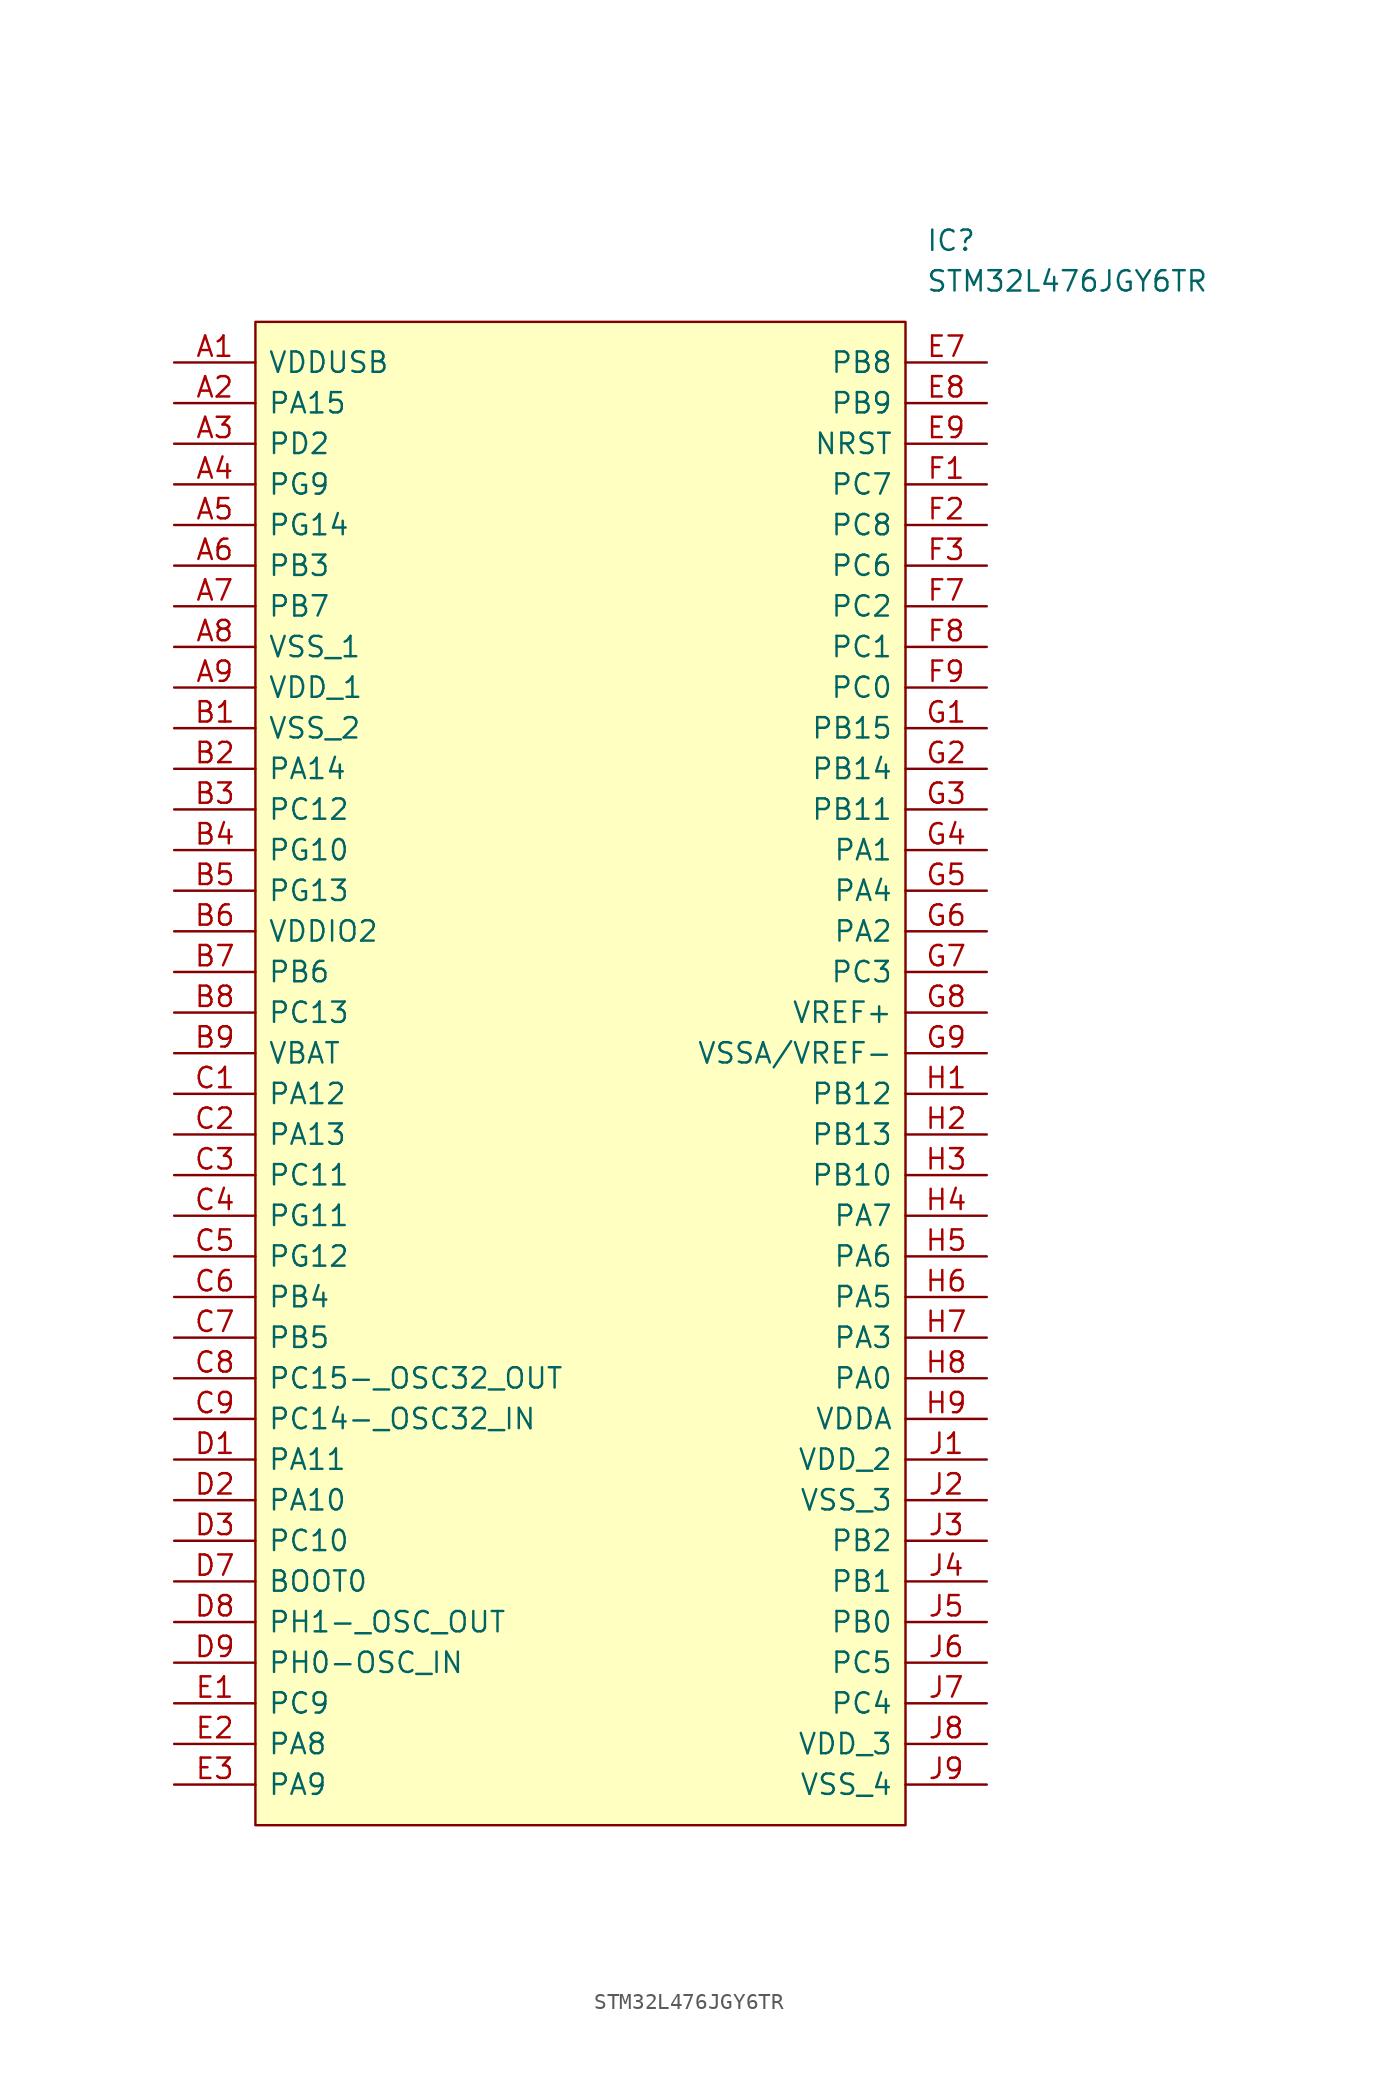
<source format=kicad_sym>
(kicad_symbol_lib
  (version 20220914)
  (generator kicad_symbol_editor)
  (symbol "STM32L476JGY6TR"
    (pin_names
      (offset 0.762))
    (property "Reference" "IC"
      (at 46.99 7.62 0)
      (effects (font (size 1.27 1.27)) (justify left)))
    (property "Value" "STM32L476JGY6TR"
      (at 46.99 5.08 0)
      (effects (font (size 1.27 1.27)) (justify left)))
    (symbol "STM32L476JGY6TR_0_0"
      (pin passive line (at 0 0 0) (length 5.08) (name "VDDUSB" (effects (font (size 1.27 1.27)))) (number "A1" (effects (font (size 1.27 1.27)))))
      (pin passive line (at 0 -2.54 0) (length 5.08) (name "PA15" (effects (font (size 1.27 1.27)))) (number "A2" (effects (font (size 1.27 1.27)))))
      (pin passive line (at 0 -5.08 0) (length 5.08) (name "PD2" (effects (font (size 1.27 1.27)))) (number "A3" (effects (font (size 1.27 1.27)))))
      (pin passive line (at 0 -7.62 0) (length 5.08) (name "PG9" (effects (font (size 1.27 1.27)))) (number "A4" (effects (font (size 1.27 1.27)))))
      (pin passive line (at 0 -10.16 0) (length 5.08) (name "PG14" (effects (font (size 1.27 1.27)))) (number "A5" (effects (font (size 1.27 1.27)))))
      (pin passive line (at 0 -12.7 0) (length 5.08) (name "PB3" (effects (font (size 1.27 1.27)))) (number "A6" (effects (font (size 1.27 1.27)))))
      (pin passive line (at 0 -15.24 0) (length 5.08) (name "PB7" (effects (font (size 1.27 1.27)))) (number "A7" (effects (font (size 1.27 1.27)))))
      (pin passive line (at 0 -17.78 0) (length 5.08) (name "VSS_1" (effects (font (size 1.27 1.27)))) (number "A8" (effects (font (size 1.27 1.27)))))
      (pin passive line (at 0 -20.32 0) (length 5.08) (name "VDD_1" (effects (font (size 1.27 1.27)))) (number "A9" (effects (font (size 1.27 1.27)))))
      (pin passive line (at 0 -22.86 0) (length 5.08) (name "VSS_2" (effects (font (size 1.27 1.27)))) (number "B1" (effects (font (size 1.27 1.27)))))
      (pin passive line (at 0 -25.4 0) (length 5.08) (name "PA14" (effects (font (size 1.27 1.27)))) (number "B2" (effects (font (size 1.27 1.27)))))
      (pin passive line (at 0 -27.94 0) (length 5.08) (name "PC12" (effects (font (size 1.27 1.27)))) (number "B3" (effects (font (size 1.27 1.27)))))
      (pin passive line (at 0 -30.48 0) (length 5.08) (name "PG10" (effects (font (size 1.27 1.27)))) (number "B4" (effects (font (size 1.27 1.27)))))
      (pin passive line (at 0 -33.02 0) (length 5.08) (name "PG13" (effects (font (size 1.27 1.27)))) (number "B5" (effects (font (size 1.27 1.27)))))
      (pin passive line (at 0 -35.56 0) (length 5.08) (name "VDDIO2" (effects (font (size 1.27 1.27)))) (number "B6" (effects (font (size 1.27 1.27)))))
      (pin passive line (at 0 -38.1 0) (length 5.08) (name "PB6" (effects (font (size 1.27 1.27)))) (number "B7" (effects (font (size 1.27 1.27)))))
      (pin passive line (at 0 -40.64 0) (length 5.08) (name "PC13" (effects (font (size 1.27 1.27)))) (number "B8" (effects (font (size 1.27 1.27)))))
      (pin passive line (at 0 -43.18 0) (length 5.08) (name "VBAT" (effects (font (size 1.27 1.27)))) (number "B9" (effects (font (size 1.27 1.27)))))
      (pin passive line (at 0 -45.72 0) (length 5.08) (name "PA12" (effects (font (size 1.27 1.27)))) (number "C1" (effects (font (size 1.27 1.27)))))
      (pin passive line (at 0 -48.26 0) (length 5.08) (name "PA13" (effects (font (size 1.27 1.27)))) (number "C2" (effects (font (size 1.27 1.27)))))
      (pin passive line (at 0 -50.8 0) (length 5.08) (name "PC11" (effects (font (size 1.27 1.27)))) (number "C3" (effects (font (size 1.27 1.27)))))
      (pin passive line (at 0 -53.34 0) (length 5.08) (name "PG11" (effects (font (size 1.27 1.27)))) (number "C4" (effects (font (size 1.27 1.27)))))
      (pin passive line (at 0 -55.88 0) (length 5.08) (name "PG12" (effects (font (size 1.27 1.27)))) (number "C5" (effects (font (size 1.27 1.27)))))
      (pin passive line (at 0 -58.42 0) (length 5.08) (name "PB4" (effects (font (size 1.27 1.27)))) (number "C6" (effects (font (size 1.27 1.27)))))
      (pin passive line (at 0 -60.96 0) (length 5.08) (name "PB5" (effects (font (size 1.27 1.27)))) (number "C7" (effects (font (size 1.27 1.27)))))
      (pin passive line (at 0 -63.5 0) (length 5.08) (name "PC15-_OSC32_OUT" (effects (font (size 1.27 1.27)))) (number "C8" (effects (font (size 1.27 1.27)))))
      (pin passive line (at 0 -66.04 0) (length 5.08) (name "PC14-_OSC32_IN" (effects (font (size 1.27 1.27)))) (number "C9" (effects (font (size 1.27 1.27)))))
      (pin passive line (at 0 -68.58 0) (length 5.08) (name "PA11" (effects (font (size 1.27 1.27)))) (number "D1" (effects (font (size 1.27 1.27)))))
      (pin passive line (at 0 -71.12 0) (length 5.08) (name "PA10" (effects (font (size 1.27 1.27)))) (number "D2" (effects (font (size 1.27 1.27)))))
      (pin passive line (at 0 -73.66 0) (length 5.08) (name "PC10" (effects (font (size 1.27 1.27)))) (number "D3" (effects (font (size 1.27 1.27)))))
      (pin passive line (at 0 -76.2 0) (length 5.08) (name "BOOT0" (effects (font (size 1.27 1.27)))) (number "D7" (effects (font (size 1.27 1.27)))))
      (pin passive line (at 0 -78.74 0) (length 5.08) (name "PH1-_OSC_OUT" (effects (font (size 1.27 1.27)))) (number "D8" (effects (font (size 1.27 1.27)))))
      (pin passive line (at 0 -81.28 0) (length 5.08) (name "PH0-OSC_IN" (effects (font (size 1.27 1.27)))) (number "D9" (effects (font (size 1.27 1.27)))))
      (pin passive line (at 0 -83.82 0) (length 5.08) (name "PC9" (effects (font (size 1.27 1.27)))) (number "E1" (effects (font (size 1.27 1.27)))))
      (pin passive line (at 0 -86.36 0) (length 5.08) (name "PA8" (effects (font (size 1.27 1.27)))) (number "E2" (effects (font (size 1.27 1.27)))))
      (pin passive line (at 0 -88.9 0) (length 5.08) (name "PA9" (effects (font (size 1.27 1.27)))) (number "E3" (effects (font (size 1.27 1.27)))))
      (pin passive line (at 50.8 0 180) (length 5.08) (name "PB8" (effects (font (size 1.27 1.27)))) (number "E7" (effects (font (size 1.27 1.27)))))
      (pin passive line (at 50.8 -2.54 180) (length 5.08) (name "PB9" (effects (font (size 1.27 1.27)))) (number "E8" (effects (font (size 1.27 1.27)))))
      (pin passive line (at 50.8 -5.08 180) (length 5.08) (name "NRST" (effects (font (size 1.27 1.27)))) (number "E9" (effects (font (size 1.27 1.27)))))
      (pin passive line (at 50.8 -7.62 180) (length 5.08) (name "PC7" (effects (font (size 1.27 1.27)))) (number "F1" (effects (font (size 1.27 1.27)))))
      (pin passive line (at 50.8 -10.16 180) (length 5.08) (name "PC8" (effects (font (size 1.27 1.27)))) (number "F2" (effects (font (size 1.27 1.27)))))
      (pin passive line (at 50.8 -12.7 180) (length 5.08) (name "PC6" (effects (font (size 1.27 1.27)))) (number "F3" (effects (font (size 1.27 1.27)))))
      (pin passive line (at 50.8 -15.24 180) (length 5.08) (name "PC2" (effects (font (size 1.27 1.27)))) (number "F7" (effects (font (size 1.27 1.27)))))
      (pin passive line (at 50.8 -17.78 180) (length 5.08) (name "PC1" (effects (font (size 1.27 1.27)))) (number "F8" (effects (font (size 1.27 1.27)))))
      (pin passive line (at 50.8 -20.32 180) (length 5.08) (name "PC0" (effects (font (size 1.27 1.27)))) (number "F9" (effects (font (size 1.27 1.27)))))
      (pin passive line (at 50.8 -22.86 180) (length 5.08) (name "PB15" (effects (font (size 1.27 1.27)))) (number "G1" (effects (font (size 1.27 1.27)))))
      (pin passive line (at 50.8 -25.4 180) (length 5.08) (name "PB14" (effects (font (size 1.27 1.27)))) (number "G2" (effects (font (size 1.27 1.27)))))
      (pin passive line (at 50.8 -27.94 180) (length 5.08) (name "PB11" (effects (font (size 1.27 1.27)))) (number "G3" (effects (font (size 1.27 1.27)))))
      (pin passive line (at 50.8 -30.48 180) (length 5.08) (name "PA1" (effects (font (size 1.27 1.27)))) (number "G4" (effects (font (size 1.27 1.27)))))
      (pin passive line (at 50.8 -33.02 180) (length 5.08) (name "PA4" (effects (font (size 1.27 1.27)))) (number "G5" (effects (font (size 1.27 1.27)))))
      (pin passive line (at 50.8 -35.56 180) (length 5.08) (name "PA2" (effects (font (size 1.27 1.27)))) (number "G6" (effects (font (size 1.27 1.27)))))
      (pin passive line (at 50.8 -38.1 180) (length 5.08) (name "PC3" (effects (font (size 1.27 1.27)))) (number "G7" (effects (font (size 1.27 1.27)))))
      (pin passive line (at 50.8 -40.64 180) (length 5.08) (name "VREF+" (effects (font (size 1.27 1.27)))) (number "G8" (effects (font (size 1.27 1.27)))))
      (pin passive line (at 50.8 -43.18 180) (length 5.08) (name "VSSA/VREF-" (effects (font (size 1.27 1.27)))) (number "G9" (effects (font (size 1.27 1.27)))))
      (pin passive line (at 50.8 -45.72 180) (length 5.08) (name "PB12" (effects (font (size 1.27 1.27)))) (number "H1" (effects (font (size 1.27 1.27)))))
      (pin passive line (at 50.8 -48.26 180) (length 5.08) (name "PB13" (effects (font (size 1.27 1.27)))) (number "H2" (effects (font (size 1.27 1.27)))))
      (pin passive line (at 50.8 -50.8 180) (length 5.08) (name "PB10" (effects (font (size 1.27 1.27)))) (number "H3" (effects (font (size 1.27 1.27)))))
      (pin passive line (at 50.8 -53.34 180) (length 5.08) (name "PA7" (effects (font (size 1.27 1.27)))) (number "H4" (effects (font (size 1.27 1.27)))))
      (pin passive line (at 50.8 -55.88 180) (length 5.08) (name "PA6" (effects (font (size 1.27 1.27)))) (number "H5" (effects (font (size 1.27 1.27)))))
      (pin passive line (at 50.8 -58.42 180) (length 5.08) (name "PA5" (effects (font (size 1.27 1.27)))) (number "H6" (effects (font (size 1.27 1.27)))))
      (pin passive line (at 50.8 -60.96 180) (length 5.08) (name "PA3" (effects (font (size 1.27 1.27)))) (number "H7" (effects (font (size 1.27 1.27)))))
      (pin passive line (at 50.8 -63.5 180) (length 5.08) (name "PA0" (effects (font (size 1.27 1.27)))) (number "H8" (effects (font (size 1.27 1.27)))))
      (pin passive line (at 50.8 -66.04 180) (length 5.08) (name "VDDA" (effects (font (size 1.27 1.27)))) (number "H9" (effects (font (size 1.27 1.27)))))
      (pin passive line (at 50.8 -68.58 180) (length 5.08) (name "VDD_2" (effects (font (size 1.27 1.27)))) (number "J1" (effects (font (size 1.27 1.27)))))
      (pin passive line (at 50.8 -71.12 180) (length 5.08) (name "VSS_3" (effects (font (size 1.27 1.27)))) (number "J2" (effects (font (size 1.27 1.27)))))
      (pin passive line (at 50.8 -73.66 180) (length 5.08) (name "PB2" (effects (font (size 1.27 1.27)))) (number "J3" (effects (font (size 1.27 1.27)))))
      (pin passive line (at 50.8 -76.2 180) (length 5.08) (name "PB1" (effects (font (size 1.27 1.27)))) (number "J4" (effects (font (size 1.27 1.27)))))
      (pin passive line (at 50.8 -78.74 180) (length 5.08) (name "PB0" (effects (font (size 1.27 1.27)))) (number "J5" (effects (font (size 1.27 1.27)))))
      (pin passive line (at 50.8 -81.28 180) (length 5.08) (name "PC5" (effects (font (size 1.27 1.27)))) (number "J6" (effects (font (size 1.27 1.27)))))
      (pin passive line (at 50.8 -83.82 180) (length 5.08) (name "PC4" (effects (font (size 1.27 1.27)))) (number "J7" (effects (font (size 1.27 1.27)))))
      (pin passive line (at 50.8 -86.36 180) (length 5.08) (name "VDD_3" (effects (font (size 1.27 1.27)))) (number "J8" (effects (font (size 1.27 1.27)))))
      (pin passive line (at 50.8 -88.9 180) (length 5.08) (name "VSS_4" (effects (font (size 1.27 1.27)))) (number "J9" (effects (font (size 1.27 1.27))))))
    (symbol "STM32L476JGY6TR_1_1"
      (polyline (pts (xy 5.08 2.54) (xy 45.72 2.54) (xy 45.72 -91.44) (xy 5.08 -91.44) (xy 5.08 2.54)) (stroke (width 0.152) (type solid)) (fill (type background))))))
</source>
